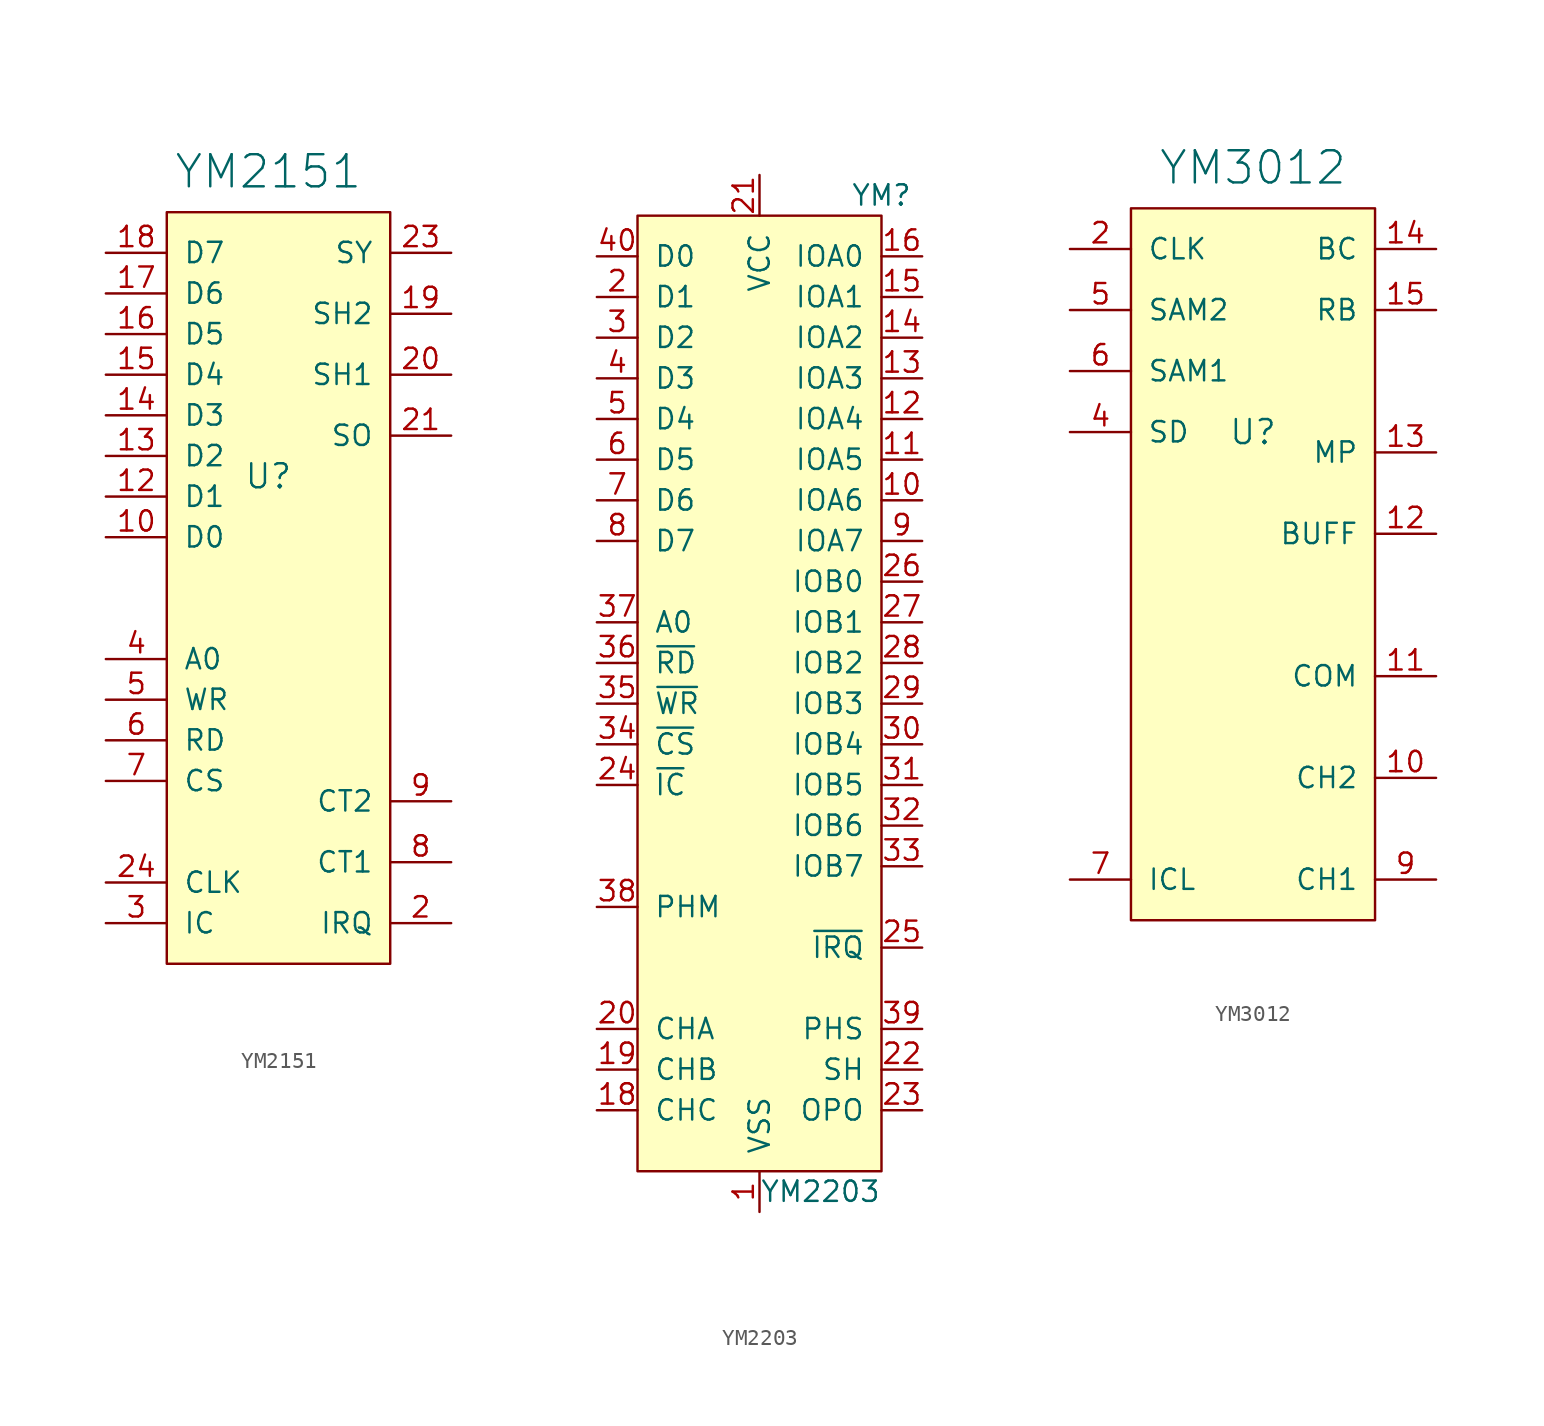
<source format=kicad_sym>
(kicad_symbol_lib
  (version 20211014)
  (generator kicad_symbol_editor)
  (symbol "YM2151"
    (pin_names
      (offset 1.016))
    (property "Reference" "U"
      (at 6.35 -16.51 0)
      (effects (font (size 1.499 1.499))))
    (property "Value" "YM2151"
      (at 6.35 2.54 0)
      (effects (font (size 2.007 2.007))))
    (symbol "YM2151_0_1"
      (rectangle (start 0 0) (end 13.97 -46.99) (stroke (width 0) (type default) (color 0 0 0 0)) (fill (type background))))
    (symbol "YM2151_1_1"
      (pin input line (at 17.78 -24.13 180) (length 3.81) hide (name "GND" (effects (font (size 1.27 1.27)))) (number "1" (effects (font (size 1.27 1.27)))))
      (pin input line (at -3.81 -20.32 0) (length 3.81) (name "D0" (effects (font (size 1.27 1.27)))) (number "10" (effects (font (size 1.27 1.27)))))
      (pin input line (at 17.78 -26.67 180) (length 3.81) hide (name "GND" (effects (font (size 1.27 1.27)))) (number "11" (effects (font (size 1.27 1.27)))))
      (pin input line (at -3.81 -17.78 0) (length 3.81) (name "D1" (effects (font (size 1.27 1.27)))) (number "12" (effects (font (size 1.27 1.27)))))
      (pin input line (at -3.81 -15.24 0) (length 3.81) (name "D2" (effects (font (size 1.27 1.27)))) (number "13" (effects (font (size 1.27 1.27)))))
      (pin input line (at -3.81 -12.7 0) (length 3.81) (name "D3" (effects (font (size 1.27 1.27)))) (number "14" (effects (font (size 1.27 1.27)))))
      (pin input line (at -3.81 -10.16 0) (length 3.81) (name "D4" (effects (font (size 1.27 1.27)))) (number "15" (effects (font (size 1.27 1.27)))))
      (pin input line (at -3.81 -7.62 0) (length 3.81) (name "D5" (effects (font (size 1.27 1.27)))) (number "16" (effects (font (size 1.27 1.27)))))
      (pin input line (at -3.81 -5.08 0) (length 3.81) (name "D6" (effects (font (size 1.27 1.27)))) (number "17" (effects (font (size 1.27 1.27)))))
      (pin input line (at -3.81 -2.54 0) (length 3.81) (name "D7" (effects (font (size 1.27 1.27)))) (number "18" (effects (font (size 1.27 1.27)))))
      (pin input line (at 17.78 -6.35 180) (length 3.81) (name "SH2" (effects (font (size 1.27 1.27)))) (number "19" (effects (font (size 1.27 1.27)))))
      (pin input line (at 17.78 -44.45 180) (length 3.81) (name "IRQ" (effects (font (size 1.27 1.27)))) (number "2" (effects (font (size 1.27 1.27)))))
      (pin input line (at 17.78 -10.16 180) (length 3.81) (name "SH1" (effects (font (size 1.27 1.27)))) (number "20" (effects (font (size 1.27 1.27)))))
      (pin input line (at 17.78 -13.97 180) (length 3.81) (name "SO" (effects (font (size 1.27 1.27)))) (number "21" (effects (font (size 1.27 1.27)))))
      (pin input line (at 17.78 -20.32 180) (length 3.81) hide (name "VCC" (effects (font (size 1.27 1.27)))) (number "22" (effects (font (size 1.27 1.27)))))
      (pin input line (at 17.78 -2.54 180) (length 3.81) (name "SY" (effects (font (size 1.27 1.27)))) (number "23" (effects (font (size 1.27 1.27)))))
      (pin input line (at -3.81 -41.91 0) (length 3.81) (name "CLK" (effects (font (size 1.27 1.27)))) (number "24" (effects (font (size 1.27 1.27)))))
      (pin input line (at -3.81 -44.45 0) (length 3.81) (name "IC" (effects (font (size 1.27 1.27)))) (number "3" (effects (font (size 1.27 1.27)))))
      (pin input line (at -3.81 -27.94 0) (length 3.81) (name "A0" (effects (font (size 1.27 1.27)))) (number "4" (effects (font (size 1.27 1.27)))))
      (pin input line (at -3.81 -30.48 0) (length 3.81) (name "WR" (effects (font (size 1.27 1.27)))) (number "5" (effects (font (size 1.27 1.27)))))
      (pin input line (at -3.81 -33.02 0) (length 3.81) (name "RD" (effects (font (size 1.27 1.27)))) (number "6" (effects (font (size 1.27 1.27)))))
      (pin input line (at -3.81 -35.56 0) (length 3.81) (name "CS" (effects (font (size 1.27 1.27)))) (number "7" (effects (font (size 1.27 1.27)))))
      (pin input line (at 17.78 -40.64 180) (length 3.81) (name "CT1" (effects (font (size 1.27 1.27)))) (number "8" (effects (font (size 1.27 1.27)))))
      (pin input line (at 17.78 -36.83 180) (length 3.81) (name "CT2" (effects (font (size 1.27 1.27)))) (number "9" (effects (font (size 1.27 1.27)))))))
  (symbol "YM2203"
    (pin_names
      (offset 1.016))
    (property "Reference" "YM"
      (at 7.62 24.13 0)
      (effects (font (size 1.27 1.27))))
    (property "Value" "YM2203"
      (at 3.81 -38.1 0)
      (effects (font (size 1.27 1.27))))
    (symbol "YM2203_0_1"
      (rectangle (start -7.62 22.86) (end 7.62 -36.83) (stroke (width 0) (type default) (color 0 0 0 0)) (fill (type background))))
    (symbol "YM2203_1_1"
      (pin power_in line (at 0 -39.37 90) (length 2.54) (name "VSS" (effects (font (size 1.27 1.27)))) (number "1" (effects (font (size 1.27 1.27)))))
      (pin bidirectional line (at 10.16 5.08 180) (length 2.54) (name "IOA6" (effects (font (size 1.27 1.27)))) (number "10" (effects (font (size 1.27 1.27)))))
      (pin bidirectional line (at 10.16 7.62 180) (length 2.54) (name "IOA5" (effects (font (size 1.27 1.27)))) (number "11" (effects (font (size 1.27 1.27)))))
      (pin bidirectional line (at 10.16 10.16 180) (length 2.54) (name "IOA4" (effects (font (size 1.27 1.27)))) (number "12" (effects (font (size 1.27 1.27)))))
      (pin bidirectional line (at 10.16 12.7 180) (length 2.54) (name "IOA3" (effects (font (size 1.27 1.27)))) (number "13" (effects (font (size 1.27 1.27)))))
      (pin bidirectional line (at 10.16 15.24 180) (length 2.54) (name "IOA2" (effects (font (size 1.27 1.27)))) (number "14" (effects (font (size 1.27 1.27)))))
      (pin bidirectional line (at 10.16 17.78 180) (length 2.54) (name "IOA1" (effects (font (size 1.27 1.27)))) (number "15" (effects (font (size 1.27 1.27)))))
      (pin bidirectional line (at 10.16 20.32 180) (length 2.54) (name "IOA0" (effects (font (size 1.27 1.27)))) (number "16" (effects (font (size 1.27 1.27)))))
      (pin output line (at -10.16 -33.02 0) (length 2.54) (name "CHC" (effects (font (size 1.27 1.27)))) (number "18" (effects (font (size 1.27 1.27)))))
      (pin output line (at -10.16 -30.48 0) (length 2.54) (name "CHB" (effects (font (size 1.27 1.27)))) (number "19" (effects (font (size 1.27 1.27)))))
      (pin input line (at -10.16 17.78 0) (length 2.54) (name "D1" (effects (font (size 1.27 1.27)))) (number "2" (effects (font (size 1.27 1.27)))))
      (pin output line (at -10.16 -27.94 0) (length 2.54) (name "CHA" (effects (font (size 1.27 1.27)))) (number "20" (effects (font (size 1.27 1.27)))))
      (pin power_in line (at 0 25.4 270) (length 2.54) (name "VCC" (effects (font (size 1.27 1.27)))) (number "21" (effects (font (size 1.27 1.27)))))
      (pin output line (at 10.16 -30.48 180) (length 2.54) (name "SH" (effects (font (size 1.27 1.27)))) (number "22" (effects (font (size 1.27 1.27)))))
      (pin output line (at 10.16 -33.02 180) (length 2.54) (name "OPO" (effects (font (size 1.27 1.27)))) (number "23" (effects (font (size 1.27 1.27)))))
      (pin input line (at -10.16 -12.7 0) (length 2.54) (name "~{IC}" (effects (font (size 1.27 1.27)))) (number "24" (effects (font (size 1.27 1.27)))))
      (pin output line (at 10.16 -22.86 180) (length 2.54) (name "~{IRQ}" (effects (font (size 1.27 1.27)))) (number "25" (effects (font (size 1.27 1.27)))))
      (pin bidirectional line (at 10.16 0 180) (length 2.54) (name "IOB0" (effects (font (size 1.27 1.27)))) (number "26" (effects (font (size 1.27 1.27)))))
      (pin bidirectional line (at 10.16 -2.54 180) (length 2.54) (name "IOB1" (effects (font (size 1.27 1.27)))) (number "27" (effects (font (size 1.27 1.27)))))
      (pin bidirectional line (at 10.16 -5.08 180) (length 2.54) (name "IOB2" (effects (font (size 1.27 1.27)))) (number "28" (effects (font (size 1.27 1.27)))))
      (pin bidirectional line (at 10.16 -7.62 180) (length 2.54) (name "IOB3" (effects (font (size 1.27 1.27)))) (number "29" (effects (font (size 1.27 1.27)))))
      (pin input line (at -10.16 15.24 0) (length 2.54) (name "D2" (effects (font (size 1.27 1.27)))) (number "3" (effects (font (size 1.27 1.27)))))
      (pin bidirectional line (at 10.16 -10.16 180) (length 2.54) (name "IOB4" (effects (font (size 1.27 1.27)))) (number "30" (effects (font (size 1.27 1.27)))))
      (pin bidirectional line (at 10.16 -12.7 180) (length 2.54) (name "IOB5" (effects (font (size 1.27 1.27)))) (number "31" (effects (font (size 1.27 1.27)))))
      (pin bidirectional line (at 10.16 -15.24 180) (length 2.54) (name "IOB6" (effects (font (size 1.27 1.27)))) (number "32" (effects (font (size 1.27 1.27)))))
      (pin bidirectional line (at 10.16 -17.78 180) (length 2.54) (name "IOB7" (effects (font (size 1.27 1.27)))) (number "33" (effects (font (size 1.27 1.27)))))
      (pin input line (at -10.16 -10.16 0) (length 2.54) (name "~{CS}" (effects (font (size 1.27 1.27)))) (number "34" (effects (font (size 1.27 1.27)))))
      (pin input line (at -10.16 -7.62 0) (length 2.54) (name "~{WR}" (effects (font (size 1.27 1.27)))) (number "35" (effects (font (size 1.27 1.27)))))
      (pin input line (at -10.16 -5.08 0) (length 2.54) (name "~{RD}" (effects (font (size 1.27 1.27)))) (number "36" (effects (font (size 1.27 1.27)))))
      (pin input line (at -10.16 -2.54 0) (length 2.54) (name "A0" (effects (font (size 1.27 1.27)))) (number "37" (effects (font (size 1.27 1.27)))))
      (pin input line (at -10.16 -20.32 0) (length 2.54) (name "PHM" (effects (font (size 1.27 1.27)))) (number "38" (effects (font (size 1.27 1.27)))))
      (pin output line (at 10.16 -27.94 180) (length 2.54) (name "PHS" (effects (font (size 1.27 1.27)))) (number "39" (effects (font (size 1.27 1.27)))))
      (pin input line (at -10.16 12.7 0) (length 2.54) (name "D3" (effects (font (size 1.27 1.27)))) (number "4" (effects (font (size 1.27 1.27)))))
      (pin input line (at -10.16 20.32 0) (length 2.54) (name "D0" (effects (font (size 1.27 1.27)))) (number "40" (effects (font (size 1.27 1.27)))))
      (pin input line (at -10.16 10.16 0) (length 2.54) (name "D4" (effects (font (size 1.27 1.27)))) (number "5" (effects (font (size 1.27 1.27)))))
      (pin input line (at -10.16 7.62 0) (length 2.54) (name "D5" (effects (font (size 1.27 1.27)))) (number "6" (effects (font (size 1.27 1.27)))))
      (pin input line (at -10.16 5.08 0) (length 2.54) (name "D6" (effects (font (size 1.27 1.27)))) (number "7" (effects (font (size 1.27 1.27)))))
      (pin input line (at -10.16 2.54 0) (length 2.54) (name "D7" (effects (font (size 1.27 1.27)))) (number "8" (effects (font (size 1.27 1.27)))))
      (pin bidirectional line (at 10.16 2.54 180) (length 2.54) (name "IOA7" (effects (font (size 1.27 1.27)))) (number "9" (effects (font (size 1.27 1.27)))))))
  (symbol "YM3012"
    (pin_names
      (offset 1.016))
    (property "Reference" "U"
      (at 7.62 -13.97 0)
      (effects (font (size 1.499 1.499))))
    (property "Value" "YM3012"
      (at 7.62 2.54 0)
      (effects (font (size 2.007 2.007))))
    (symbol "YM3012_0_1"
      (rectangle (start 0 0) (end 15.24 -44.45) (stroke (width 0) (type default) (color 0 0 0 0)) (fill (type background))))
    (symbol "YM3012_1_1"
      (pin input line (at -3.81 -22.86 0) (length 3.81) hide (name "VCC" (effects (font (size 1.27 1.27)))) (number "1" (effects (font (size 1.27 1.27)))))
      (pin input line (at 19.05 -35.56 180) (length 3.81) (name "CH2" (effects (font (size 1.27 1.27)))) (number "10" (effects (font (size 1.27 1.27)))))
      (pin input line (at 19.05 -29.21 180) (length 3.81) (name "COM" (effects (font (size 1.27 1.27)))) (number "11" (effects (font (size 1.27 1.27)))))
      (pin input line (at 19.05 -20.32 180) (length 3.81) (name "BUFF" (effects (font (size 1.27 1.27)))) (number "12" (effects (font (size 1.27 1.27)))))
      (pin input line (at 19.05 -15.24 180) (length 3.81) (name "MP" (effects (font (size 1.27 1.27)))) (number "13" (effects (font (size 1.27 1.27)))))
      (pin input line (at 19.05 -2.54 180) (length 3.81) (name "BC" (effects (font (size 1.27 1.27)))) (number "14" (effects (font (size 1.27 1.27)))))
      (pin input line (at 19.05 -6.35 180) (length 3.81) (name "RB" (effects (font (size 1.27 1.27)))) (number "15" (effects (font (size 1.27 1.27)))))
      (pin input line (at -3.81 -34.29 0) (length 3.81) hide (name "GND" (effects (font (size 1.27 1.27)))) (number "16" (effects (font (size 1.27 1.27)))))
      (pin input line (at -3.81 -2.54 0) (length 3.81) (name "CLK" (effects (font (size 1.27 1.27)))) (number "2" (effects (font (size 1.27 1.27)))))
      (pin input line (at -3.81 -29.21 0) (length 3.81) hide (name "GND" (effects (font (size 1.27 1.27)))) (number "3" (effects (font (size 1.27 1.27)))))
      (pin input line (at -3.81 -13.97 0) (length 3.81) (name "SD" (effects (font (size 1.27 1.27)))) (number "4" (effects (font (size 1.27 1.27)))))
      (pin input line (at -3.81 -6.35 0) (length 3.81) (name "SAM2" (effects (font (size 1.27 1.27)))) (number "5" (effects (font (size 1.27 1.27)))))
      (pin input line (at -3.81 -10.16 0) (length 3.81) (name "SAM1" (effects (font (size 1.27 1.27)))) (number "6" (effects (font (size 1.27 1.27)))))
      (pin input line (at -3.81 -41.91 0) (length 3.81) (name "ICL" (effects (font (size 1.27 1.27)))) (number "7" (effects (font (size 1.27 1.27)))))
      (pin input line (at -3.81 -31.75 0) (length 3.81) hide (name "GND" (effects (font (size 1.27 1.27)))) (number "8" (effects (font (size 1.27 1.27)))))
      (pin input line (at 19.05 -41.91 180) (length 3.81) (name "CH1" (effects (font (size 1.27 1.27)))) (number "9" (effects (font (size 1.27 1.27))))))))
</source>
